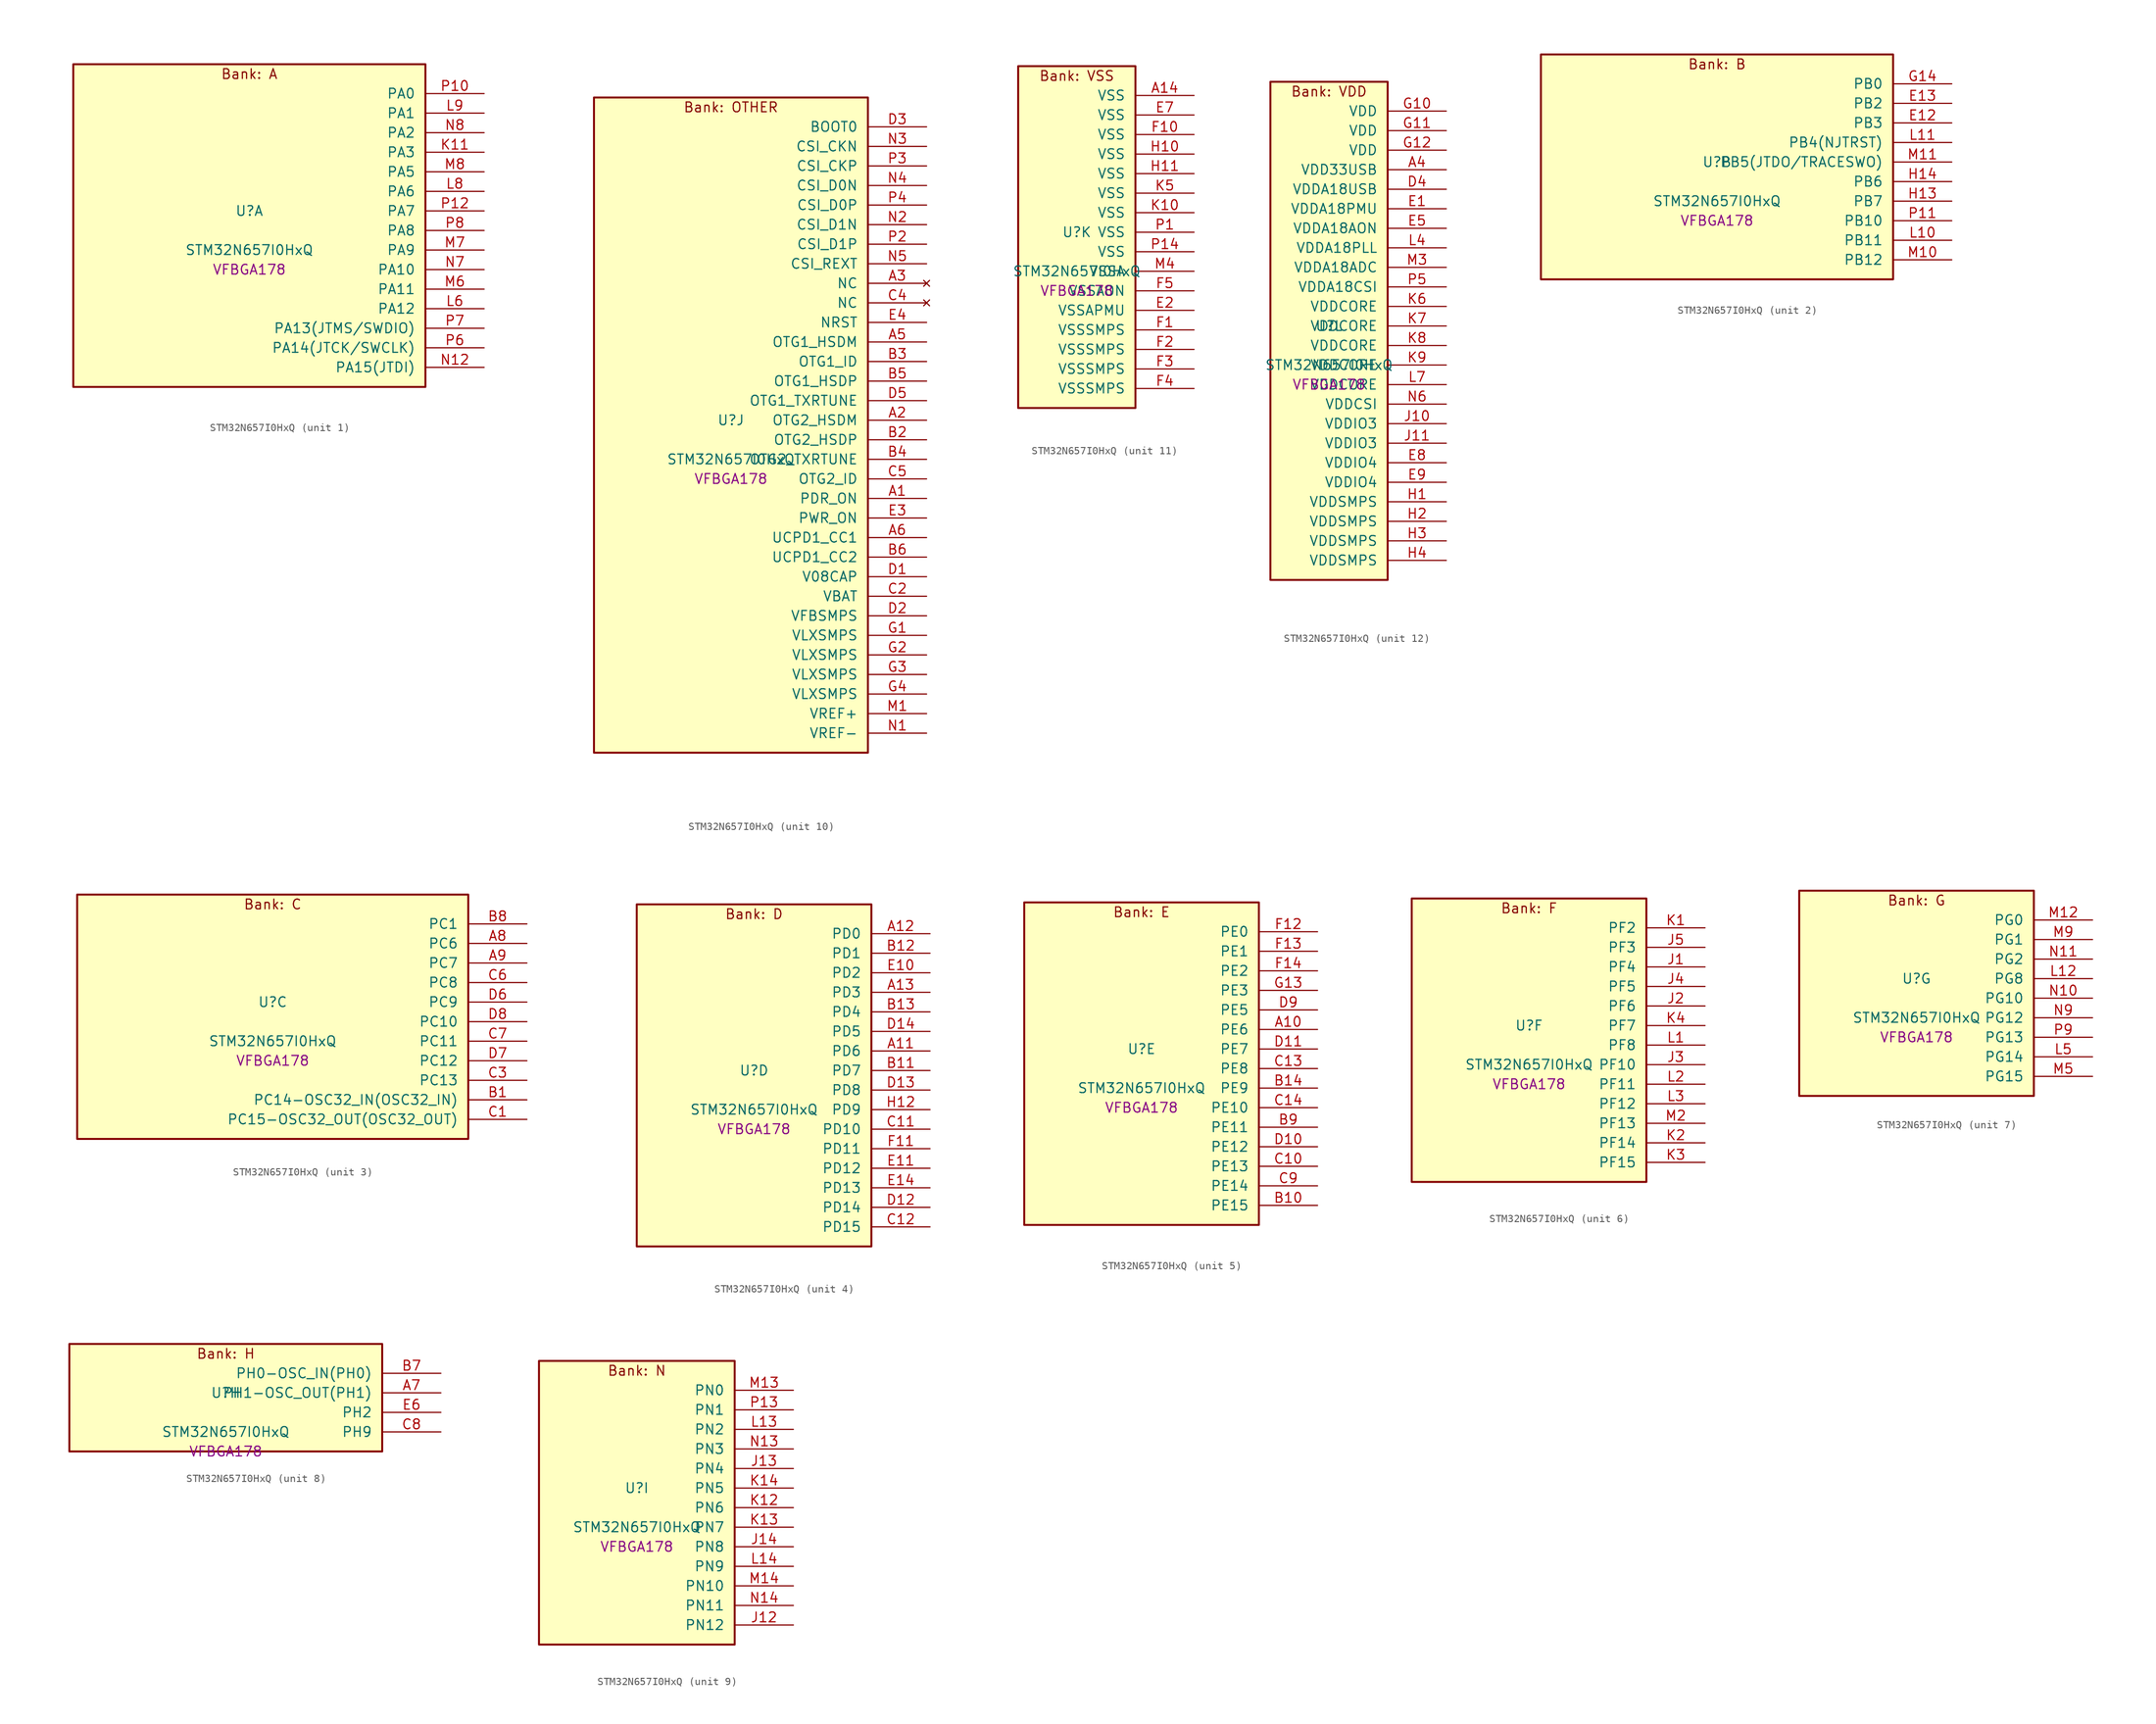
<source format=kicad_sym>
(kicad_symbol_lib
  (version 20241209)
  (generator "stm32_pkl_generator")
  (generator_version "1.0")
  (symbol "STM32N657I0HxQ"
    (pin_names
      (offset 1.27))
    (property "Reference" "U"
      (at 0 2.54 0))
    (property "Value" "STM32N657I0HxQ"
      (at 0 -2.54 0))
    (property "Footprint" "VFBGA178"
      (at 0 -5.08 0))
    (symbol "STM32N657I0HxQ_1_1"
      (rectangle (start -22.86 21.59) (end 22.86 -20.32) (stroke (width 0.254) (type solid)) (fill (type background)))
      (text "Bank: A" (at 0 20.32 0))
      (pin bidirectional line (at 30.48 17.78 180) (length 7.62) (name "PA0") (number "P10") (alternate "PA0/ADC1_INN1" bidirectional line) (alternate "PA0/ADC1_INP0" bidirectional line) (alternate "PA0/ADC2_INN1" bidirectional line) (alternate "PA0/ADC2_INP0" bidirectional line) (alternate "PA0/FMC_D7" bidirectional line) (alternate "PA0/FMC_DA7" bidirectional line) (alternate "PA0/HDP_HDP0" bidirectional line) (alternate "PA0/I2S6_WS" bidirectional line) (alternate "PA0/LTDC_G3" bidirectional line) (alternate "PA0/PWR_WKUP1" bidirectional line) (alternate "PA0/SAI2_SD_B" bidirectional line) (alternate "PA0/SPI6_NSS" bidirectional line) (alternate "PA0/TIM15_BKIN" bidirectional line) (alternate "PA0/TIM2_CH1" bidirectional line) (alternate "PA0/TIM5_CH1" bidirectional line) (alternate "PA0/TIM9_CH1" bidirectional line) (alternate "PA0/UART4_TX" bidirectional line) (alternate "PA0/USART2_CTS" bidirectional line) (alternate "PA0/USART2_NSS" bidirectional line))
      (pin bidirectional line (at 30.48 15.24 180) (length 7.62) (name "PA1") (number "L9") (alternate "PA1/ADC1_INP1" bidirectional line) (alternate "PA1/ADC2_INP1" bidirectional line) (alternate "PA1/DCMIPP_D0" bidirectional line) (alternate "PA1/DCMI_D0" bidirectional line) (alternate "PA1/FMC_D6" bidirectional line) (alternate "PA1/FMC_DA6" bidirectional line) (alternate "PA1/HDP_HDP1" bidirectional line) (alternate "PA1/LPTIM3_IN1" bidirectional line) (alternate "PA1/LTDC_G2" bidirectional line) (alternate "PA1/PSSI_D0" bidirectional line) (alternate "PA1/SAI2_MCLK_B" bidirectional line) (alternate "PA1/TIM15_CH1N" bidirectional line) (alternate "PA1/TIM2_CH2" bidirectional line) (alternate "PA1/TIM5_CH2" bidirectional line) (alternate "PA1/UART4_RX" bidirectional line) (alternate "PA1/USART2_RTS" bidirectional line))
      (pin bidirectional line (at 30.48 12.7 180) (length 7.62) (name "PA2") (number "N8") (alternate "PA2/ADC1_INP14" bidirectional line) (alternate "PA2/ADC2_INP14" bidirectional line) (alternate "PA2/FMC_D5" bidirectional line) (alternate "PA2/FMC_DA5" bidirectional line) (alternate "PA2/HDP_HDP2" bidirectional line) (alternate "PA2/LPTIM3_IN2" bidirectional line) (alternate "PA2/LTDC_B7" bidirectional line) (alternate "PA2/MDIOS_MDIO" bidirectional line) (alternate "PA2/PWR_WKUP2" bidirectional line) (alternate "PA2/SAI2_SCK_B" bidirectional line) (alternate "PA2/TIM15_CH1" bidirectional line) (alternate "PA2/TIM2_CH3" bidirectional line) (alternate "PA2/TIM5_CH3" bidirectional line) (alternate "PA2/USART2_TX" bidirectional line))
      (pin bidirectional line (at 30.48 10.16 180) (length 7.62) (name "PA3") (number "K11") (alternate "PA3/FMC_A17" bidirectional line) (alternate "PA3/FMC_ALE" bidirectional line) (alternate "PA3/SAI1_SD_B" bidirectional line) (alternate "PA3/SPI5_NSS" bidirectional line) (alternate "PA3/TIM16_CH1" bidirectional line) (alternate "PA3/UART7_RX" bidirectional line))
      (pin bidirectional line (at 30.48 7.62 180) (length 7.62) (name "PA5") (number "M8") (alternate "PA5/ADC2_INP18" bidirectional line) (alternate "PA5/DCMIPP_D8" bidirectional line) (alternate "PA5/DCMI_D8" bidirectional line) (alternate "PA5/FMC_NOE" bidirectional line) (alternate "PA5/HDP_HDP5" bidirectional line) (alternate "PA5/I2S1_CK" bidirectional line) (alternate "PA5/I2S6_CK" bidirectional line) (alternate "PA5/I3C1_SCL" bidirectional line) (alternate "PA5/LTDC_CLK" bidirectional line) (alternate "PA5/PSSI_D8" bidirectional line) (alternate "PA5/PWR_CSTOP" bidirectional line) (alternate "PA5/SPI1_SCK" bidirectional line) (alternate "PA5/SPI6_SCK" bidirectional line) (alternate "PA5/TIM10_CH1" bidirectional line) (alternate "PA5/TIM2_CH1" bidirectional line) (alternate "PA5/TIM2_ETR" bidirectional line) (alternate "PA5/TIM9_CH2" bidirectional line))
      (pin bidirectional line (at 30.48 5.08 180) (length 7.62) (name "PA6") (number "L8") (alternate "PA6/ADC1_INP3" bidirectional line) (alternate "PA6/ADC2_INP3" bidirectional line) (alternate "PA6/BOOT1" bidirectional line) (alternate "PA6/DCMIPP_PIXCLK" bidirectional line) (alternate "PA6/DCMI_PIXCLK" bidirectional line) (alternate "PA6/HDP_HDP6" bidirectional line) (alternate "PA6/I2S1_SDI" bidirectional line) (alternate "PA6/I2S6_SDI" bidirectional line) (alternate "PA6/I3C1_SDA" bidirectional line) (alternate "PA6/LPTIM3_ETR" bidirectional line) (alternate "PA6/LTDC_B7" bidirectional line) (alternate "PA6/LTDC_HSYNC" bidirectional line) (alternate "PA6/MDIOS_MDC" bidirectional line) (alternate "PA6/PSSI_PDCK" bidirectional line) (alternate "PA6/SPI1_MISO" bidirectional line) (alternate "PA6/SPI6_MISO" bidirectional line) (alternate "PA6/TIM13_CH1" bidirectional line) (alternate "PA6/TIM1_BKIN" bidirectional line) (alternate "PA6/TIM3_CH1" bidirectional line))
      (pin bidirectional line (at 30.48 2.54 180) (length 7.62) (name "PA7") (number "P12") (alternate "PA7/HDP_HDP7" bidirectional line) (alternate "PA7/I2S1_SDO" bidirectional line) (alternate "PA7/I2S6_SDO" bidirectional line) (alternate "PA7/LTDC_B1" bidirectional line) (alternate "PA7/LTDC_R4" bidirectional line) (alternate "PA7/SPI1_MOSI" bidirectional line) (alternate "PA7/SPI6_MOSI" bidirectional line) (alternate "PA7/TIM14_CH1" bidirectional line) (alternate "PA7/TIM1_CH1N" bidirectional line) (alternate "PA7/TIM3_CH2" bidirectional line) (alternate "PA7/USART1_RX" bidirectional line))
      (pin bidirectional line (at 30.48 0 180) (length 7.62) (name "PA8") (number "P8") (alternate "PA8/ADC1_INP5" bidirectional line) (alternate "PA8/ADC2_INP5" bidirectional line) (alternate "PA8/FMC_D4" bidirectional line) (alternate "PA8/FMC_DA4" bidirectional line) (alternate "PA8/HDP_HDP0" bidirectional line) (alternate "PA8/I2C3_SCL" bidirectional line) (alternate "PA8/I3C2_SCL" bidirectional line) (alternate "PA8/LTDC_B6" bidirectional line) (alternate "PA8/RCC_MCO_1" bidirectional line) (alternate "PA8/TIM11_CH1" bidirectional line) (alternate "PA8/TIM1_CH1" bidirectional line) (alternate "PA8/UART7_RX" bidirectional line) (alternate "PA8/USART1_CK" bidirectional line))
      (pin bidirectional line (at 30.48 -2.54 180) (length 7.62) (name "PA9") (number "M7") (alternate "PA9/ADC1_INP10" bidirectional line) (alternate "PA9/ADC2_INP10" bidirectional line) (alternate "PA9/DCMIPP_D0" bidirectional line) (alternate "PA9/DCMI_D0" bidirectional line) (alternate "PA9/FMC_D3" bidirectional line) (alternate "PA9/FMC_DA3" bidirectional line) (alternate "PA9/HDP_HDP1" bidirectional line) (alternate "PA9/I2C3_SDA" bidirectional line) (alternate "PA9/I2S2_CK" bidirectional line) (alternate "PA9/I3C2_SDA" bidirectional line) (alternate "PA9/LPUART1_TX" bidirectional line) (alternate "PA9/LTDC_B5" bidirectional line) (alternate "PA9/PSSI_D0" bidirectional line) (alternate "PA9/SPI2_SCK" bidirectional line) (alternate "PA9/TIM1_CH2" bidirectional line) (alternate "PA9/USART1_TX" bidirectional line))
      (pin bidirectional line (at 30.48 -5.08 180) (length 7.62) (name "PA10") (number "N7") (alternate "PA10/ADC1_INN10" bidirectional line) (alternate "PA10/ADC1_INP11" bidirectional line) (alternate "PA10/ADC2_INN10" bidirectional line) (alternate "PA10/ADC2_INP11" bidirectional line) (alternate "PA10/DCMIPP_D1" bidirectional line) (alternate "PA10/DCMI_D1" bidirectional line) (alternate "PA10/FMC_D2" bidirectional line) (alternate "PA10/FMC_DA2" bidirectional line) (alternate "PA10/HDP_HDP2" bidirectional line) (alternate "PA10/LPUART1_RX" bidirectional line) (alternate "PA10/LTDC_B4" bidirectional line) (alternate "PA10/MDIOS_MDIO" bidirectional line) (alternate "PA10/PSSI_D1" bidirectional line) (alternate "PA10/PWR_CSLEEP" bidirectional line) (alternate "PA10/TIM1_CH3" bidirectional line) (alternate "PA10/USART1_RX" bidirectional line))
      (pin bidirectional line (at 30.48 -7.62 180) (length 7.62) (name "PA11") (number "M6") (alternate "PA11/ADC1_EXTI11" bidirectional line) (alternate "PA11/ADC1_INN11" bidirectional line) (alternate "PA11/ADC1_INP12" bidirectional line) (alternate "PA11/ADC2_EXTI11" bidirectional line) (alternate "PA11/ADC2_INN11" bidirectional line) (alternate "PA11/ADC2_INP12" bidirectional line) (alternate "PA11/FDCAN1_RX" bidirectional line) (alternate "PA11/FMC_D1" bidirectional line) (alternate "PA11/FMC_DA1" bidirectional line) (alternate "PA11/HDP_HDP3" bidirectional line) (alternate "PA11/I2S2_WS" bidirectional line) (alternate "PA11/LPUART1_CTS" bidirectional line) (alternate "PA11/LTDC_B3" bidirectional line) (alternate "PA11/SPI2_NSS" bidirectional line) (alternate "PA11/TIM1_CH4" bidirectional line) (alternate "PA11/UART4_RX" bidirectional line) (alternate "PA11/USART1_CTS" bidirectional line) (alternate "PA11/USART1_NSS" bidirectional line))
      (pin bidirectional line (at 30.48 -10.16 180) (length 7.62) (name "PA12") (number "L6") (alternate "PA12/ADC1_INN12" bidirectional line) (alternate "PA12/ADC1_INP13" bidirectional line) (alternate "PA12/ADC2_INN12" bidirectional line) (alternate "PA12/ADC2_INP13" bidirectional line) (alternate "PA12/FDCAN1_TX" bidirectional line) (alternate "PA12/FMC_D0" bidirectional line) (alternate "PA12/FMC_DA0" bidirectional line) (alternate "PA12/HDP_HDP4" bidirectional line) (alternate "PA12/I2S2_CK" bidirectional line) (alternate "PA12/LPUART1_RTS" bidirectional line) (alternate "PA12/LTDC_B2" bidirectional line) (alternate "PA12/SAI2_FS_B" bidirectional line) (alternate "PA12/SPI2_SCK" bidirectional line) (alternate "PA12/TIM1_ETR" bidirectional line) (alternate "PA12/UART4_TX" bidirectional line) (alternate "PA12/USART1_RTS" bidirectional line))
      (pin bidirectional line (at 30.48 -12.7 180) (length 7.62) (name "PA13(JTMS/SWDIO)") (number "P7") (alternate "PA13(JTMS/SWDIO)/DEBUG_JTMS-SWDIO" bidirectional line) (alternate "PA13(JTMS/SWDIO)/HDP_HDP5" bidirectional line))
      (pin bidirectional line (at 30.48 -15.24 180) (length 7.62) (name "PA14(JTCK/SWCLK)") (number "P6") (alternate "PA14(JTCK/SWCLK)/DEBUG_JTCK-SWCLK" bidirectional line) (alternate "PA14(JTCK/SWCLK)/HDP_HDP6" bidirectional line))
      (pin bidirectional line (at 30.48 -17.78 180) (length 7.62) (name "PA15(JTDI)") (number "N12") (alternate "PA15(JTDI)/ADC1_EXTI15" bidirectional line) (alternate "PA15(JTDI)/ADC2_EXTI15" bidirectional line) (alternate "PA15(JTDI)/DEBUG_JTDI" bidirectional line) (alternate "PA15(JTDI)/FMC_D15" bidirectional line) (alternate "PA15(JTDI)/FMC_DA15" bidirectional line) (alternate "PA15(JTDI)/HDP_HDP7" bidirectional line) (alternate "PA15(JTDI)/I2S1_WS" bidirectional line) (alternate "PA15(JTDI)/I2S3_WS" bidirectional line) (alternate "PA15(JTDI)/I2S6_WS" bidirectional line) (alternate "PA15(JTDI)/LTDC_R5" bidirectional line) (alternate "PA15(JTDI)/SPI1_NSS" bidirectional line) (alternate "PA15(JTDI)/SPI3_NSS" bidirectional line) (alternate "PA15(JTDI)/SPI6_NSS" bidirectional line) (alternate "PA15(JTDI)/TIM2_CH1" bidirectional line) (alternate "PA15(JTDI)/TIM2_ETR" bidirectional line) (alternate "PA15(JTDI)/UART4_DE" bidirectional line) (alternate "PA15(JTDI)/UART4_RTS" bidirectional line) (alternate "PA15(JTDI)/UART7_TX" bidirectional line)))
    (symbol "STM32N657I0HxQ_2_1"
      (rectangle (start -22.86 16.51) (end 22.86 -12.7) (stroke (width 0.254) (type solid)) (fill (type background)))
      (text "Bank: B" (at 0 15.24 0))
      (pin bidirectional line (at 30.48 12.7 180) (length 7.62) (name "PB0") (number "G14") (alternate "PB0/ADF1_SDI0" bidirectional line) (alternate "PB0/DCMIPP_D4" bidirectional line) (alternate "PB0/DCMI_D4" bidirectional line) (alternate "PB0/DEBUG_TRACED1" bidirectional line) (alternate "PB0/FMC_D13" bidirectional line) (alternate "PB0/FMC_DA13" bidirectional line) (alternate "PB0/MDF1_SDI2" bidirectional line) (alternate "PB0/PSSI_D4" bidirectional line) (alternate "PB0/SAI1_D2" bidirectional line) (alternate "PB0/SAI1_FS_A" bidirectional line) (alternate "PB0/SPI4_NSS" bidirectional line) (alternate "PB0/TIM15_CH1N" bidirectional line) (alternate "PB0/TIM1_CH4" bidirectional line))
      (pin bidirectional line (at 30.48 10.16 180) (length 7.62) (name "PB2") (number "E13") (alternate "PB2/ADF1_SDI0" bidirectional line) (alternate "PB2/FMC_D2" bidirectional line) (alternate "PB2/FMC_DA2" bidirectional line) (alternate "PB2/HDP_HDP2" bidirectional line) (alternate "PB2/I2S3_SDO" bidirectional line) (alternate "PB2/LTDC_B2" bidirectional line) (alternate "PB2/MDF1_SDI1" bidirectional line) (alternate "PB2/RTC_OUT2" bidirectional line) (alternate "PB2/SAI1_D1" bidirectional line) (alternate "PB2/SAI1_SD_A" bidirectional line) (alternate "PB2/SPI3_MOSI" bidirectional line) (alternate "PB2/TIM1_CH1" bidirectional line))
      (pin bidirectional line (at 30.48 7.62 180) (length 7.62) (name "PB3") (number "E12") (alternate "PB3/DEBUG_JTDO-SWO" bidirectional line) (alternate "PB3/DEBUG_TRACECLK" bidirectional line) (alternate "PB3/FMC_A23" bidirectional line) (alternate "PB3/FMC_NBL1" bidirectional line) (alternate "PB3/GFXTIM_FCKCAL" bidirectional line) (alternate "PB3/GFXTIM_LCKCAL" bidirectional line) (alternate "PB3/HDP_HDP0" bidirectional line) (alternate "PB3/MDF1_CKI1" bidirectional line) (alternate "PB3/SAI2_FS_B" bidirectional line) (alternate "PB3/TIM1_CH4N" bidirectional line) (alternate "PB3/USART1_CK" bidirectional line))
      (pin bidirectional line (at 30.48 5.08 180) (length 7.62) (name "PB4(NJTRST)") (number "L11") (alternate "PB4(NJTRST)/DCMIPP_VSYNC" bidirectional line) (alternate "PB4(NJTRST)/DCMI_VSYNC" bidirectional line) (alternate "PB4(NJTRST)/DEBUG_NJTRST" bidirectional line) (alternate "PB4(NJTRST)/FMC_D13" bidirectional line) (alternate "PB4(NJTRST)/FMC_DA13" bidirectional line) (alternate "PB4(NJTRST)/HDP_HDP4" bidirectional line) (alternate "PB4(NJTRST)/I2S1_SDI" bidirectional line) (alternate "PB4(NJTRST)/I2S2_WS" bidirectional line) (alternate "PB4(NJTRST)/I2S3_SDI" bidirectional line) (alternate "PB4(NJTRST)/I2S6_SDI" bidirectional line) (alternate "PB4(NJTRST)/LTDC_R3" bidirectional line) (alternate "PB4(NJTRST)/PSSI_RDY" bidirectional line) (alternate "PB4(NJTRST)/SPI1_MISO" bidirectional line) (alternate "PB4(NJTRST)/SPI2_NSS" bidirectional line) (alternate "PB4(NJTRST)/SPI3_MISO" bidirectional line) (alternate "PB4(NJTRST)/SPI6_MISO" bidirectional line) (alternate "PB4(NJTRST)/TIM16_BKIN" bidirectional line) (alternate "PB4(NJTRST)/TIM3_CH1" bidirectional line) (alternate "PB4(NJTRST)/UART7_TX" bidirectional line))
      (pin bidirectional line (at 30.48 2.54 180) (length 7.62) (name "PB5(JTDO/TRACESWO)") (number "M11") (alternate "PB5(JTDO/TRACESWO)/DCMIPP_D10" bidirectional line) (alternate "PB5(JTDO/TRACESWO)/DCMI_D10" bidirectional line) (alternate "PB5(JTDO/TRACESWO)/DEBUG_JTDO-SWO" bidirectional line) (alternate "PB5(JTDO/TRACESWO)/FDCAN2_RX" bidirectional line) (alternate "PB5(JTDO/TRACESWO)/FMC_D12" bidirectional line) (alternate "PB5(JTDO/TRACESWO)/FMC_DA12" bidirectional line) (alternate "PB5(JTDO/TRACESWO)/HDP_HDP5" bidirectional line) (alternate "PB5(JTDO/TRACESWO)/I2C1_SMBA" bidirectional line) (alternate "PB5(JTDO/TRACESWO)/I2S1_SDO" bidirectional line) (alternate "PB5(JTDO/TRACESWO)/I2S3_SDO" bidirectional line) (alternate "PB5(JTDO/TRACESWO)/I2S6_SDO" bidirectional line) (alternate "PB5(JTDO/TRACESWO)/LTDC_R2" bidirectional line) (alternate "PB5(JTDO/TRACESWO)/PSSI_D10" bidirectional line) (alternate "PB5(JTDO/TRACESWO)/SPI1_MOSI" bidirectional line) (alternate "PB5(JTDO/TRACESWO)/SPI3_MOSI" bidirectional line) (alternate "PB5(JTDO/TRACESWO)/SPI6_MOSI" bidirectional line) (alternate "PB5(JTDO/TRACESWO)/TIM17_BKIN" bidirectional line) (alternate "PB5(JTDO/TRACESWO)/TIM3_CH2" bidirectional line) (alternate "PB5(JTDO/TRACESWO)/UART5_RX" bidirectional line))
      (pin bidirectional line (at 30.48 0 180) (length 7.62) (name "PB6") (number "H14") (alternate "PB6/ADF1_CCK1" bidirectional line) (alternate "PB6/DCMIPP_D6" bidirectional line) (alternate "PB6/DCMI_D6" bidirectional line) (alternate "PB6/DEBUG_TRACED2" bidirectional line) (alternate "PB6/FMC_D14" bidirectional line) (alternate "PB6/FMC_DA14" bidirectional line) (alternate "PB6/MDF1_CCK1" bidirectional line) (alternate "PB6/PSSI_D6" bidirectional line) (alternate "PB6/SAI1_CK2" bidirectional line) (alternate "PB6/SAI1_SCK_A" bidirectional line) (alternate "PB6/SPI4_MISO" bidirectional line) (alternate "PB6/TIM15_CH1" bidirectional line))
      (pin bidirectional line (at 30.48 -2.54 180) (length 7.62) (name "PB7") (number "H13") (alternate "PB7/ADF1_SDI0" bidirectional line) (alternate "PB7/DCMIPP_D7" bidirectional line) (alternate "PB7/DCMI_D7" bidirectional line) (alternate "PB7/DEBUG_TRACED3" bidirectional line) (alternate "PB7/FMC_D15" bidirectional line) (alternate "PB7/FMC_DA15" bidirectional line) (alternate "PB7/MDF1_SDI1" bidirectional line) (alternate "PB7/PSSI_D7" bidirectional line) (alternate "PB7/SAI1_D1" bidirectional line) (alternate "PB7/SAI1_SD_A" bidirectional line) (alternate "PB7/SAI2_MCLK_B" bidirectional line) (alternate "PB7/SPI4_MOSI" bidirectional line) (alternate "PB7/TIM15_CH2" bidirectional line) (alternate "PB7/TIM1_BKIN2" bidirectional line))
      (pin bidirectional line (at 30.48 -5.08 180) (length 7.62) (name "PB10") (number "P11") (alternate "PB10/ADC1_INN4" bidirectional line) (alternate "PB10/ADC1_INP8" bidirectional line) (alternate "PB10/ADC2_INN4" bidirectional line) (alternate "PB10/ADC2_INP8" bidirectional line) (alternate "PB10/FMC_D11" bidirectional line) (alternate "PB10/FMC_DA11" bidirectional line) (alternate "PB10/HDP_HDP2" bidirectional line) (alternate "PB10/I2C2_SCL" bidirectional line) (alternate "PB10/I2S2_CK" bidirectional line) (alternate "PB10/I3C2_SCL" bidirectional line) (alternate "PB10/LPTIM2_IN1" bidirectional line) (alternate "PB10/LTDC_G7" bidirectional line) (alternate "PB10/SPI2_SCK" bidirectional line) (alternate "PB10/TIM2_CH3" bidirectional line) (alternate "PB10/USART3_TX" bidirectional line))
      (pin bidirectional line (at 30.48 -7.62 180) (length 7.62) (name "PB11") (number "L10") (alternate "PB11/ADC1_EXTI11" bidirectional line) (alternate "PB11/ADC1_INP4" bidirectional line) (alternate "PB11/ADC2_EXTI11" bidirectional line) (alternate "PB11/ADC2_INP4" bidirectional line) (alternate "PB11/FMC_D10" bidirectional line) (alternate "PB11/FMC_DA10" bidirectional line) (alternate "PB11/HDP_HDP3" bidirectional line) (alternate "PB11/I2C2_SDA" bidirectional line) (alternate "PB11/I3C2_SDA" bidirectional line) (alternate "PB11/LPTIM2_ETR" bidirectional line) (alternate "PB11/LTDC_G6" bidirectional line) (alternate "PB11/TIM2_CH4" bidirectional line) (alternate "PB11/USART3_RX" bidirectional line))
      (pin bidirectional line (at 30.48 -10.16 180) (length 7.62) (name "PB12") (number "M10") (alternate "PB12/FDCAN2_RX" bidirectional line) (alternate "PB12/FMC_D9" bidirectional line) (alternate "PB12/FMC_DA9" bidirectional line) (alternate "PB12/HDP_HDP4" bidirectional line) (alternate "PB12/I2C2_SMBA" bidirectional line) (alternate "PB12/I2S2_WS" bidirectional line) (alternate "PB12/LPTIM2_IN2" bidirectional line) (alternate "PB12/LTDC_G5" bidirectional line) (alternate "PB12/SPI2_NSS" bidirectional line) (alternate "PB12/TIM1_BKIN" bidirectional line) (alternate "PB12/UART5_RX" bidirectional line) (alternate "PB12/USART3_CK" bidirectional line)))
    (symbol "STM32N657I0HxQ_3_1"
      (rectangle (start -25.4 16.51) (end 25.4 -15.24) (stroke (width 0.254) (type solid)) (fill (type background)))
      (text "Bank: C" (at 0 15.24 0))
      (pin bidirectional line (at 33.02 12.7 180) (length 7.62) (name "PC1") (number "B8") (alternate "PC1/DCMIPP_D7" bidirectional line) (alternate "PC1/DCMI_D7" bidirectional line) (alternate "PC1/FDCAN1_TX" bidirectional line) (alternate "PC1/HDP_HDP1" bidirectional line) (alternate "PC1/I2C1_SDA" bidirectional line) (alternate "PC1/I2S2_WS" bidirectional line) (alternate "PC1/I3C1_SDA" bidirectional line) (alternate "PC1/PSSI_D7" bidirectional line) (alternate "PC1/SDMMC1_CDIR" bidirectional line) (alternate "PC1/SDMMC1_D5" bidirectional line) (alternate "PC1/SPI2_NSS" bidirectional line) (alternate "PC1/TIM17_CH1" bidirectional line) (alternate "PC1/TIM4_CH4" bidirectional line) (alternate "PC1/UART4_TX" bidirectional line))
      (pin bidirectional line (at 33.02 10.16 180) (length 7.62) (name "PC6") (number "A8") (alternate "PC6/DCMIPP_D1" bidirectional line) (alternate "PC6/DCMI_D1" bidirectional line) (alternate "PC6/HDP_HDP6" bidirectional line) (alternate "PC6/I2S2_MCK" bidirectional line) (alternate "PC6/PSSI_D1" bidirectional line) (alternate "PC6/SDMMC1_D0DIR" bidirectional line) (alternate "PC6/SDMMC1_D6" bidirectional line) (alternate "PC6/TIM1_CH1" bidirectional line) (alternate "PC6/TIM3_CH1" bidirectional line) (alternate "PC6/TIM9_CH1" bidirectional line) (alternate "PC6/USART6_TX" bidirectional line))
      (pin bidirectional line (at 33.02 7.62 180) (length 7.62) (name "PC7") (number "A9") (alternate "PC7/DCMIPP_D1" bidirectional line) (alternate "PC7/DCMI_D1" bidirectional line) (alternate "PC7/DEBUG_TRGIO" bidirectional line) (alternate "PC7/HDP_HDP7" bidirectional line) (alternate "PC7/I2S3_MCK" bidirectional line) (alternate "PC7/PSSI_D1" bidirectional line) (alternate "PC7/SDMMC1_D123DIR" bidirectional line) (alternate "PC7/SDMMC1_D7" bidirectional line) (alternate "PC7/TIM16_CH1N" bidirectional line) (alternate "PC7/TIM3_CH2" bidirectional line) (alternate "PC7/TIM9_CH2" bidirectional line) (alternate "PC7/USART6_RX" bidirectional line))
      (pin bidirectional line (at 33.02 5.08 180) (length 7.62) (name "PC8") (number "C6") (alternate "PC8/DCMIPP_D2" bidirectional line) (alternate "PC8/DCMI_D2" bidirectional line) (alternate "PC8/DEBUG_TRACED1" bidirectional line) (alternate "PC8/FMC_NE4" bidirectional line) (alternate "PC8/HDP_HDP0" bidirectional line) (alternate "PC8/I2C3_SMBA" bidirectional line) (alternate "PC8/LTDC_B0" bidirectional line) (alternate "PC8/PSSI_D2" bidirectional line) (alternate "PC8/SDMMC1_D0" bidirectional line) (alternate "PC8/TIM3_CH3" bidirectional line) (alternate "PC8/UART5_DE" bidirectional line) (alternate "PC8/UART5_RTS" bidirectional line) (alternate "PC8/UCPD1_FRSTX1" bidirectional line) (alternate "PC8/USART6_CK" bidirectional line))
      (pin bidirectional line (at 33.02 2.54 180) (length 7.62) (name "PC9") (number "D6") (alternate "PC9/AUDIOCLK" bidirectional line) (alternate "PC9/DCMIPP_D3" bidirectional line) (alternate "PC9/DCMI_D3" bidirectional line) (alternate "PC9/HDP_HDP1" bidirectional line) (alternate "PC9/I2C3_SDA" bidirectional line) (alternate "PC9/LTDC_B3" bidirectional line) (alternate "PC9/PSSI_D3" bidirectional line) (alternate "PC9/RCC_MCO_2" bidirectional line) (alternate "PC9/SDMMC1_D1" bidirectional line) (alternate "PC9/TIM3_CH4" bidirectional line) (alternate "PC9/UART5_CTS" bidirectional line) (alternate "PC9/UCPD1_FRSTX2" bidirectional line) (alternate "PC9/USART6_RX" bidirectional line))
      (pin bidirectional line (at 33.02 0 180) (length 7.62) (name "PC10") (number "D8") (alternate "PC10/DCMIPP_D14" bidirectional line) (alternate "PC10/FMC_CLK" bidirectional line) (alternate "PC10/HDP_HDP2" bidirectional line) (alternate "PC10/I2C4_SCL" bidirectional line) (alternate "PC10/I2S3_CK" bidirectional line) (alternate "PC10/I3C2_SCL" bidirectional line) (alternate "PC10/PSSI_D14" bidirectional line) (alternate "PC10/SDMMC1_D2" bidirectional line) (alternate "PC10/SPI3_SCK" bidirectional line) (alternate "PC10/TIM1_BKIN" bidirectional line) (alternate "PC10/UART4_TX" bidirectional line) (alternate "PC10/USART3_TX" bidirectional line))
      (pin bidirectional line (at 33.02 -2.54 180) (length 7.62) (name "PC11") (number "C7") (alternate "PC11/ADC1_EXTI11" bidirectional line) (alternate "PC11/ADC2_EXTI11" bidirectional line) (alternate "PC11/DCMIPP_D4" bidirectional line) (alternate "PC11/DCMI_D4" bidirectional line) (alternate "PC11/HDP_HDP3" bidirectional line) (alternate "PC11/I2C4_SDA" bidirectional line) (alternate "PC11/I2S3_SDI" bidirectional line) (alternate "PC11/I3C2_SDA" bidirectional line) (alternate "PC11/PSSI_D4" bidirectional line) (alternate "PC11/SDMMC1_D3" bidirectional line) (alternate "PC11/SPI3_MISO" bidirectional line) (alternate "PC11/UART4_RX" bidirectional line) (alternate "PC11/USART3_RX" bidirectional line))
      (pin bidirectional line (at 33.02 -5.08 180) (length 7.62) (name "PC12") (number "D7") (alternate "PC12/DCMIPP_D9" bidirectional line) (alternate "PC12/DCMI_D9" bidirectional line) (alternate "PC12/DEBUG_TRACED3" bidirectional line) (alternate "PC12/FMC_NL" bidirectional line) (alternate "PC12/HDP_HDP4" bidirectional line) (alternate "PC12/I2S3_SDO" bidirectional line) (alternate "PC12/I2S6_CK" bidirectional line) (alternate "PC12/PSSI_D9" bidirectional line) (alternate "PC12/SDMMC1_CK" bidirectional line) (alternate "PC12/SPI3_MOSI" bidirectional line) (alternate "PC12/SPI6_SCK" bidirectional line) (alternate "PC12/TIM15_CH1" bidirectional line) (alternate "PC12/TIM1_CH4" bidirectional line) (alternate "PC12/UART5_TX" bidirectional line) (alternate "PC12/USART3_CK" bidirectional line))
      (pin bidirectional line (at 33.02 -7.62 180) (length 7.62) (name "PC13") (number "C3") (alternate "PC13/HDP_HDP5" bidirectional line) (alternate "PC13/PWR_WKUP3" bidirectional line) (alternate "PC13/RTC_OUT1" bidirectional line) (alternate "PC13/RTC_TS" bidirectional line) (alternate "PC13/TAMP_IN1" bidirectional line) (alternate "PC13/TAMP_OUT2" bidirectional line))
      (pin bidirectional line (at 33.02 -10.16 180) (length 7.62) (name "PC14-OSC32_IN(OSC32_IN)") (number "B1") (alternate "PC14-OSC32_IN(OSC32_IN)/RCC_OSC32_IN" bidirectional line))
      (pin bidirectional line (at 33.02 -12.7 180) (length 7.62) (name "PC15-OSC32_OUT(OSC32_OUT)") (number "C1") (alternate "PC15-OSC32_OUT(OSC32_OUT)/ADC1_EXTI15" bidirectional line) (alternate "PC15-OSC32_OUT(OSC32_OUT)/ADC2_EXTI15" bidirectional line) (alternate "PC15-OSC32_OUT(OSC32_OUT)/RCC_OSC32_OUT" bidirectional line)))
    (symbol "STM32N657I0HxQ_4_1"
      (rectangle (start -15.24 24.13) (end 15.24 -20.32) (stroke (width 0.254) (type solid)) (fill (type background)))
      (text "Bank: D" (at 0 22.86 0))
      (pin bidirectional line (at 22.86 20.32 180) (length 7.62) (name "PD0") (number "A12") (alternate "PD0/DCMIPP_HSYNC" bidirectional line) (alternate "PD0/DCMI_HSYNC" bidirectional line) (alternate "PD0/FDCAN1_RX" bidirectional line) (alternate "PD0/FMC_A6" bidirectional line) (alternate "PD0/FMC_A22" bidirectional line) (alternate "PD0/PSSI_DE" bidirectional line) (alternate "PD0/TIM1_ETR" bidirectional line) (alternate "PD0/UART4_RX" bidirectional line) (alternate "PD0/UART9_CTS" bidirectional line))
      (pin bidirectional line (at 22.86 17.78 180) (length 7.62) (name "PD1") (number "B12") (alternate "PD1/ETH1_MDC" bidirectional line) (alternate "PD1/FDCAN1_TX" bidirectional line) (alternate "PD1/FMC_A7" bidirectional line) (alternate "PD1/FMC_A23" bidirectional line) (alternate "PD1/UART4_TX" bidirectional line))
      (pin bidirectional line (at 22.86 15.24 180) (length 7.62) (name "PD2") (number "E10") (alternate "PD2/ADF1_SDI0" bidirectional line) (alternate "PD2/DEBUG_TRACED0" bidirectional line) (alternate "PD2/FMC_A0" bidirectional line) (alternate "PD2/FMC_A16" bidirectional line) (alternate "PD2/FMC_CLE" bidirectional line) (alternate "PD2/HDP_HDP1" bidirectional line) (alternate "PD2/I2S2_SDO" bidirectional line) (alternate "PD2/MDF1_SDI1" bidirectional line) (alternate "PD2/MDIOS_MDC" bidirectional line) (alternate "PD2/PWR_WKUP4" bidirectional line) (alternate "PD2/SAI1_D1" bidirectional line) (alternate "PD2/SAI1_SD_A" bidirectional line) (alternate "PD2/SPI2_MOSI" bidirectional line) (alternate "PD2/TIM15_CH1N" bidirectional line) (alternate "PD2/TIM1_CH3" bidirectional line))
      (pin bidirectional line (at 22.86 12.7 180) (length 7.62) (name "PD3") (number "A13") (alternate "PD3/DCMIPP_D14" bidirectional line) (alternate "PD3/ETH1_PHY_INTN" bidirectional line) (alternate "PD3/FMC_A10" bidirectional line) (alternate "PD3/I2C2_SMBA" bidirectional line) (alternate "PD3/PSSI_D14" bidirectional line) (alternate "PD3/USART6_CTS" bidirectional line))
      (pin bidirectional line (at 22.86 10.16 180) (length 7.62) (name "PD4") (number "B13") (alternate "PD4/DCMIPP_D9" bidirectional line) (alternate "PD4/DCMI_D9" bidirectional line) (alternate "PD4/FMC_A11" bidirectional line) (alternate "PD4/I2C2_SDA" bidirectional line) (alternate "PD4/PSSI_D9" bidirectional line) (alternate "PD4/SPI5_MISO" bidirectional line) (alternate "PD4/TAMP_IN7" bidirectional line) (alternate "PD4/TAMP_OUT8" bidirectional line) (alternate "PD4/TIM1_BKIN2" bidirectional line) (alternate "PD4/USART6_RTS" bidirectional line))
      (pin bidirectional line (at 22.86 7.62 180) (length 7.62) (name "PD5") (number "D14") (alternate "PD5/DCMIPP_PIXCLK" bidirectional line) (alternate "PD5/DCMI_PIXCLK" bidirectional line) (alternate "PD5/FMC_D6" bidirectional line) (alternate "PD5/FMC_DA6" bidirectional line) (alternate "PD5/PSSI_PDCK" bidirectional line) (alternate "PD5/TIM1_CH4N" bidirectional line) (alternate "PD5/USART2_TX" bidirectional line))
      (pin bidirectional line (at 22.86 5.08 180) (length 7.62) (name "PD6") (number "A11") (alternate "PD6/FMC_A1" bidirectional line) (alternate "PD6/FMC_A17" bidirectional line) (alternate "PD6/FMC_ALE" bidirectional line) (alternate "PD6/HDP_HDP2" bidirectional line) (alternate "PD6/I2S2_SDI" bidirectional line) (alternate "PD6/SPI2_MISO" bidirectional line) (alternate "PD6/TIM15_CH2" bidirectional line) (alternate "PD6/TIM1_CH1" bidirectional line))
      (pin bidirectional line (at 22.86 2.54 180) (length 7.62) (name "PD7") (number "B11") (alternate "PD7/DCMIPP_D0" bidirectional line) (alternate "PD7/DCMI_D0" bidirectional line) (alternate "PD7/FMC_A2" bidirectional line) (alternate "PD7/FMC_A18" bidirectional line) (alternate "PD7/HDP_HDP3" bidirectional line) (alternate "PD7/I2S2_SDO" bidirectional line) (alternate "PD7/I2S3_WS" bidirectional line) (alternate "PD7/PSSI_D0" bidirectional line) (alternate "PD7/SPI2_MOSI" bidirectional line) (alternate "PD7/SPI3_NSS" bidirectional line) (alternate "PD7/TIM15_CH1N" bidirectional line) (alternate "PD7/TIM1_CH2" bidirectional line))
      (pin bidirectional line (at 22.86 0 180) (length 7.62) (name "PD8") (number "D13") (alternate "PD8/DCMIPP_D11" bidirectional line) (alternate "PD8/DCMI_D11" bidirectional line) (alternate "PD8/FMC_NBL0" bidirectional line) (alternate "PD8/LTDC_R7" bidirectional line) (alternate "PD8/PSSI_D11" bidirectional line) (alternate "PD8/TAMP_IN3" bidirectional line) (alternate "PD8/TAMP_OUT4" bidirectional line) (alternate "PD8/USART3_TX" bidirectional line))
      (pin bidirectional line (at 22.86 -2.54 180) (length 7.62) (name "PD9") (number "H12") (alternate "PD9/DCMIPP_D11" bidirectional line) (alternate "PD9/DCMI_D11" bidirectional line) (alternate "PD9/FMC_SDCLK" bidirectional line) (alternate "PD9/LTDC_R1" bidirectional line) (alternate "PD9/PSSI_D11" bidirectional line) (alternate "PD9/TAMP_IN5" bidirectional line) (alternate "PD9/TAMP_OUT6" bidirectional line) (alternate "PD9/USART3_RX" bidirectional line))
      (pin bidirectional line (at 22.86 -5.08 180) (length 7.62) (name "PD10") (number "C11") (alternate "PD10/DEBUG_TRACECLK" bidirectional line) (alternate "PD10/FMC_A3" bidirectional line) (alternate "PD10/FMC_A19" bidirectional line) (alternate "PD10/GFXTIM_TE" bidirectional line) (alternate "PD10/HDP_HDP4" bidirectional line) (alternate "PD10/I2S1_MCK" bidirectional line) (alternate "PD10/MDF1_CKI3" bidirectional line) (alternate "PD10/SAI2_FS_B" bidirectional line) (alternate "PD10/TIM1_ETR" bidirectional line) (alternate "PD10/UCPD1_FRSTX1" bidirectional line))
      (pin bidirectional line (at 22.86 -7.62 180) (length 7.62) (name "PD11") (number "F11") (alternate "PD11/ADC1_EXTI11" bidirectional line) (alternate "PD11/ADC2_EXTI11" bidirectional line) (alternate "PD11/DCMIPP_D15" bidirectional line) (alternate "PD11/FMC_D8" bidirectional line) (alternate "PD11/FMC_DA8" bidirectional line) (alternate "PD11/I2C4_SDA" bidirectional line) (alternate "PD11/I2S2_SDI" bidirectional line) (alternate "PD11/PSSI_D15" bidirectional line) (alternate "PD11/SDMMC1_D0" bidirectional line) (alternate "PD11/SPI2_MISO" bidirectional line) (alternate "PD11/UCPD1_FRSTX1" bidirectional line))
      (pin bidirectional line (at 22.86 -10.16 180) (length 7.62) (name "PD12") (number "E11") (alternate "PD12/DCMIPP_D12" bidirectional line) (alternate "PD12/DCMI_D12" bidirectional line) (alternate "PD12/ETH1_MDIO" bidirectional line) (alternate "PD12/FMC_A5" bidirectional line) (alternate "PD12/FMC_A21" bidirectional line) (alternate "PD12/HDP_HDP5" bidirectional line) (alternate "PD12/MDF1_SDI3" bidirectional line) (alternate "PD12/PSSI_D12" bidirectional line) (alternate "PD12/SAI1_D3" bidirectional line) (alternate "PD12/UCPD1_FRSTX2" bidirectional line))
      (pin bidirectional line (at 22.86 -12.7 180) (length 7.62) (name "PD13") (number "E14") (alternate "PD13/DCMIPP_D13" bidirectional line) (alternate "PD13/DCMI_D13" bidirectional line) (alternate "PD13/FMC_D4" bidirectional line) (alternate "PD13/FMC_DA4" bidirectional line) (alternate "PD13/LTDC_R6" bidirectional line) (alternate "PD13/PSSI_D13" bidirectional line) (alternate "PD13/SAI2_SCK_A" bidirectional line) (alternate "PD13/TIM4_CH2" bidirectional line) (alternate "PD13/UART9_RTS" bidirectional line) (alternate "PD13/UCPD1_FRSTX2" bidirectional line))
      (pin bidirectional line (at 22.86 -15.24 180) (length 7.62) (name "PD14") (number "D12") (alternate "PD14/FMC_A9" bidirectional line) (alternate "PD14/I2C2_SCL" bidirectional line))
      (pin bidirectional line (at 22.86 -17.78 180) (length 7.62) (name "PD15") (number "C12") (alternate "PD15/ADC1_EXTI15" bidirectional line) (alternate "PD15/ADC2_EXTI15" bidirectional line) (alternate "PD15/FMC_A8" bidirectional line) (alternate "PD15/I2C2_SDA" bidirectional line) (alternate "PD15/LTDC_R2" bidirectional line)))
    (symbol "STM32N657I0HxQ_5_1"
      (rectangle (start -15.24 21.59) (end 15.24 -20.32) (stroke (width 0.254) (type solid)) (fill (type background)))
      (text "Bank: E" (at 0 20.32 0))
      (pin bidirectional line (at 22.86 17.78 180) (length 7.62) (name "PE0") (number "F12") (alternate "PE0/DCMIPP_D2" bidirectional line) (alternate "PE0/DCMI_D2" bidirectional line) (alternate "PE0/FMC_D9" bidirectional line) (alternate "PE0/FMC_DA9" bidirectional line) (alternate "PE0/LPTIM2_ETR" bidirectional line) (alternate "PE0/PSSI_D2" bidirectional line) (alternate "PE0/SAI2_MCLK_A" bidirectional line) (alternate "PE0/TAMP_IN6" bidirectional line) (alternate "PE0/TAMP_OUT5" bidirectional line) (alternate "PE0/TIM4_ETR" bidirectional line) (alternate "PE0/USART3_RX" bidirectional line))
      (pin bidirectional line (at 22.86 15.24 180) (length 7.62) (name "PE1") (number "F13") (alternate "PE1/DCMIPP_D8" bidirectional line) (alternate "PE1/DCMI_D8" bidirectional line) (alternate "PE1/FMC_D10" bidirectional line) (alternate "PE1/FMC_DA10" bidirectional line) (alternate "PE1/LPTIM2_CH2" bidirectional line) (alternate "PE1/PSSI_D8" bidirectional line) (alternate "PE1/USART3_TX" bidirectional line))
      (pin bidirectional line (at 22.86 12.7 180) (length 7.62) (name "PE2") (number "F14") (alternate "PE2/ADF1_CCK0" bidirectional line) (alternate "PE2/DEBUG_TRACECLK" bidirectional line) (alternate "PE2/FMC_D11" bidirectional line) (alternate "PE2/FMC_DA11" bidirectional line) (alternate "PE2/MDF1_CCK0" bidirectional line) (alternate "PE2/SAI1_CK1" bidirectional line) (alternate "PE2/SAI1_MCLK_A" bidirectional line) (alternate "PE2/SPI4_SCK" bidirectional line) (alternate "PE2/TIM1_CH2N" bidirectional line) (alternate "PE2/UCPD1_FRSTX1" bidirectional line))
      (pin bidirectional line (at 22.86 10.16 180) (length 7.62) (name "PE3") (number "G13") (alternate "PE3/DEBUG_TRACED0" bidirectional line) (alternate "PE3/FMC_D12" bidirectional line) (alternate "PE3/FMC_DA12" bidirectional line) (alternate "PE3/MDF1_CKI2" bidirectional line) (alternate "PE3/SAI1_SD_B" bidirectional line) (alternate "PE3/TIM15_BKIN" bidirectional line))
      (pin bidirectional line (at 22.86 7.62 180) (length 7.62) (name "PE5") (number "D9") (alternate "PE5/DCMIPP_D5" bidirectional line) (alternate "PE5/DCMI_D5" bidirectional line) (alternate "PE5/FDCAN2_TX" bidirectional line) (alternate "PE5/FMC_SDNE1" bidirectional line) (alternate "PE5/HDP_HDP6" bidirectional line) (alternate "PE5/I2C1_SCL" bidirectional line) (alternate "PE5/I3C1_SCL" bidirectional line) (alternate "PE5/LPUART1_TX" bidirectional line) (alternate "PE5/PSSI_D5" bidirectional line) (alternate "PE5/TIM16_CH1N" bidirectional line) (alternate "PE5/TIM4_CH1" bidirectional line) (alternate "PE5/UART5_TX" bidirectional line) (alternate "PE5/USART1_TX" bidirectional line))
      (pin bidirectional line (at 22.86 5.08 180) (length 7.62) (name "PE6") (number "A10") (alternate "PE6/DCMIPP_D1" bidirectional line) (alternate "PE6/DCMIPP_VSYNC" bidirectional line) (alternate "PE6/DCMI_D1" bidirectional line) (alternate "PE6/DCMI_VSYNC" bidirectional line) (alternate "PE6/FMC_SDCKE1" bidirectional line) (alternate "PE6/HDP_HDP7" bidirectional line) (alternate "PE6/I2C1_SDA" bidirectional line) (alternate "PE6/I3C1_SDA" bidirectional line) (alternate "PE6/LPUART1_RX" bidirectional line) (alternate "PE6/PSSI_D1" bidirectional line) (alternate "PE6/PSSI_RDY" bidirectional line) (alternate "PE6/TIM17_CH1N" bidirectional line) (alternate "PE6/TIM4_CH2" bidirectional line) (alternate "PE6/UART5_TX" bidirectional line) (alternate "PE6/USART1_RX" bidirectional line))
      (pin bidirectional line (at 22.86 2.54 180) (length 7.62) (name "PE7") (number "D11") (alternate "PE7/FMC_A4" bidirectional line) (alternate "PE7/FMC_A20" bidirectional line) (alternate "PE7/MDF1_CKI0" bidirectional line) (alternate "PE7/SAI2_SD_B" bidirectional line) (alternate "PE7/TIM1_ETR" bidirectional line) (alternate "PE7/UART7_RX" bidirectional line))
      (pin bidirectional line (at 22.86 0 180) (length 7.62) (name "PE8") (number "C13") (alternate "PE8/DCMIPP_D4" bidirectional line) (alternate "PE8/DCMI_D4" bidirectional line) (alternate "PE8/FMC_A12" bidirectional line) (alternate "PE8/MDF1_SDI0" bidirectional line) (alternate "PE8/PSSI_D4" bidirectional line) (alternate "PE8/TIM1_CH1N" bidirectional line) (alternate "PE8/UART7_TX" bidirectional line) (alternate "PE8/USART3_TX" bidirectional line))
      (pin bidirectional line (at 22.86 -2.54 180) (length 7.62) (name "PE9") (number "B14") (alternate "PE9/FMC_A14" bidirectional line) (alternate "PE9/FMC_BA0" bidirectional line) (alternate "PE9/MDF1_CKI4" bidirectional line) (alternate "PE9/TIM1_CH1" bidirectional line) (alternate "PE9/UART7_RTS" bidirectional line))
      (pin bidirectional line (at 22.86 -5.08 180) (length 7.62) (name "PE10") (number "C14") (alternate "PE10/DCMIPP_D3" bidirectional line) (alternate "PE10/DCMI_D3" bidirectional line) (alternate "PE10/DEBUG_TRACECLK" bidirectional line) (alternate "PE10/FMC_A15" bidirectional line) (alternate "PE10/FMC_BA1" bidirectional line) (alternate "PE10/MDF1_SDI4" bidirectional line) (alternate "PE10/PSSI_D3" bidirectional line) (alternate "PE10/TIM1_CH2N" bidirectional line) (alternate "PE10/UART7_CTS" bidirectional line) (alternate "PE10/USART3_RX" bidirectional line))
      (pin bidirectional line (at 22.86 -7.62 180) (length 7.62) (name "PE11") (number "B9") (alternate "PE11/ADC1_EXTI11" bidirectional line) (alternate "PE11/ADC2_EXTI11" bidirectional line) (alternate "PE11/FDCAN3_TX" bidirectional line) (alternate "PE11/FMC_SDNWE" bidirectional line) (alternate "PE11/LTDC_VSYNC" bidirectional line) (alternate "PE11/MDF1_CKI5" bidirectional line) (alternate "PE11/SAI2_SD_B" bidirectional line) (alternate "PE11/SPI4_NSS" bidirectional line) (alternate "PE11/TIM1_CH2" bidirectional line))
      (pin bidirectional line (at 22.86 -10.16 180) (length 7.62) (name "PE12") (number "D10") (alternate "PE12/FDCAN3_RX" bidirectional line) (alternate "PE12/FMC_SDNRAS" bidirectional line) (alternate "PE12/MDF1_SDI5" bidirectional line) (alternate "PE12/SAI2_SCK_B" bidirectional line) (alternate "PE12/SPI4_SCK" bidirectional line) (alternate "PE12/TIM1_CH3N" bidirectional line))
      (pin bidirectional line (at 22.86 -12.7 180) (length 7.62) (name "PE13") (number "C10") (alternate "PE13/ADF1_CCK0" bidirectional line) (alternate "PE13/FMC_SDNCAS" bidirectional line) (alternate "PE13/I2C4_SCL" bidirectional line) (alternate "PE13/SAI2_FS_B" bidirectional line) (alternate "PE13/SPI4_MISO" bidirectional line) (alternate "PE13/TIM1_CH3" bidirectional line))
      (pin bidirectional line (at 22.86 -15.24 180) (length 7.62) (name "PE14") (number "C9") (alternate "PE14/ADF1_CCK1" bidirectional line) (alternate "PE14/FMC_NWE" bidirectional line) (alternate "PE14/FMC_SDNE0" bidirectional line) (alternate "PE14/GFXTIM_FCKCAL" bidirectional line) (alternate "PE14/GFXTIM_LCKCAL" bidirectional line) (alternate "PE14/I2C4_SDA" bidirectional line) (alternate "PE14/SAI2_MCLK_B" bidirectional line) (alternate "PE14/SPI4_MOSI" bidirectional line) (alternate "PE14/TIM1_CH4" bidirectional line))
      (pin bidirectional line (at 22.86 -17.78 180) (length 7.62) (name "PE15") (number "B10") (alternate "PE15/ADC1_EXTI15" bidirectional line) (alternate "PE15/ADC2_EXTI15" bidirectional line) (alternate "PE15/FMC_SDCKE0" bidirectional line) (alternate "PE15/GFXTIM_FCKCAL" bidirectional line) (alternate "PE15/GFXTIM_LCKCAL" bidirectional line) (alternate "PE15/I2C4_SMBA" bidirectional line) (alternate "PE15/SDMMC1_D0" bidirectional line) (alternate "PE15/SPI5_SCK" bidirectional line) (alternate "PE15/TIM1_BKIN" bidirectional line) (alternate "PE15/USART2_CK" bidirectional line)))
    (symbol "STM32N657I0HxQ_6_1"
      (rectangle (start -15.24 19.05) (end 15.24 -17.78) (stroke (width 0.254) (type solid)) (fill (type background)))
      (text "Bank: F" (at 0 17.78 0))
      (pin bidirectional line (at 22.86 15.24 180) (length 7.62) (name "PF2") (number "K1") (alternate "PF2/ETH1_RGMII_CLK125" bidirectional line) (alternate "PF2/FDCAN3_TX" bidirectional line) (alternate "PF2/FMC_NWAIT" bidirectional line) (alternate "PF2/I2S2_CK" bidirectional line) (alternate "PF2/LTDC_B1" bidirectional line) (alternate "PF2/SPI2_SCK" bidirectional line) (alternate "PF2/TIM1_CH3N" bidirectional line) (alternate "PF2/USART2_CTS" bidirectional line) (alternate "PF2/USART2_NSS" bidirectional line))
      (pin bidirectional line (at 22.86 12.7 180) (length 7.62) (name "PF3") (number "J5") (alternate "PF3/ADC1_INP16" bidirectional line) (alternate "PF3/DCMIPP_HSYNC" bidirectional line) (alternate "PF3/DCMI_HSYNC" bidirectional line) (alternate "PF3/ETH1_PPS_OUT" bidirectional line) (alternate "PF3/FDCAN3_RX" bidirectional line) (alternate "PF3/FMC_NL" bidirectional line) (alternate "PF3/LTDC_R4" bidirectional line) (alternate "PF3/PSSI_DE" bidirectional line) (alternate "PF3/USART2_RTS" bidirectional line))
      (pin bidirectional line (at 22.86 10.16 180) (length 7.62) (name "PF4") (number "J1") (alternate "PF4/ADC1_INP18" bidirectional line) (alternate "PF4/DCMIPP_HSYNC" bidirectional line) (alternate "PF4/DCMI_HSYNC" bidirectional line) (alternate "PF4/ETH1_MDIO" bidirectional line) (alternate "PF4/HDP_HDP4" bidirectional line) (alternate "PF4/I2S1_WS" bidirectional line) (alternate "PF4/I2S3_WS" bidirectional line) (alternate "PF4/I2S6_WS" bidirectional line) (alternate "PF4/LPTIM3_CH2" bidirectional line) (alternate "PF4/LTDC_R3" bidirectional line) (alternate "PF4/PSSI_DE" bidirectional line) (alternate "PF4/SPI1_NSS" bidirectional line) (alternate "PF4/SPI3_NSS" bidirectional line) (alternate "PF4/SPI6_NSS" bidirectional line) (alternate "PF4/TIM5_ETR" bidirectional line) (alternate "PF4/USART2_CK" bidirectional line))
      (pin bidirectional line (at 22.86 7.62 180) (length 7.62) (name "PF5") (number "J4") (alternate "PF5/DCMIPP_D6" bidirectional line) (alternate "PF5/DCMI_D6" bidirectional line) (alternate "PF5/ETH1_CLK" bidirectional line) (alternate "PF5/FMC_NE3" bidirectional line) (alternate "PF5/LPTIM2_IN2" bidirectional line) (alternate "PF5/LTDC_G0" bidirectional line) (alternate "PF5/PSSI_D6" bidirectional line) (alternate "PF5/SAI2_SD_A" bidirectional line) (alternate "PF5/TIM1_ETR" bidirectional line) (alternate "PF5/USART3_CTS" bidirectional line) (alternate "PF5/USART3_NSS" bidirectional line))
      (pin bidirectional line (at 22.86 5.08 180) (length 7.62) (name "PF6") (number "J2") (alternate "PF6/ADC1_INP15" bidirectional line) (alternate "PF6/ADC2_INP15" bidirectional line) (alternate "PF6/ETH1_MII_COL" bidirectional line) (alternate "PF6/GFXTIM_FCKCAL" bidirectional line) (alternate "PF6/GFXTIM_LCKCAL" bidirectional line) (alternate "PF6/HDP_HDP3" bidirectional line) (alternate "PF6/I2S6_MCK" bidirectional line) (alternate "PF6/LPTIM3_CH1" bidirectional line) (alternate "PF6/LTDC_DE" bidirectional line) (alternate "PF6/SPI1_RDY" bidirectional line) (alternate "PF6/SPI4_RDY" bidirectional line) (alternate "PF6/SPI5_RDY" bidirectional line) (alternate "PF6/TIM15_CH2" bidirectional line) (alternate "PF6/TIM1_CH3" bidirectional line) (alternate "PF6/TIM2_CH4" bidirectional line) (alternate "PF6/TIM5_CH4" bidirectional line) (alternate "PF6/USART2_RX" bidirectional line))
      (pin bidirectional line (at 22.86 2.54 180) (length 7.62) (name "PF7") (number "K4") (alternate "PF7/ADC1_INN5" bidirectional line) (alternate "PF7/ADC1_INP9" bidirectional line) (alternate "PF7/ADC2_INN5" bidirectional line) (alternate "PF7/ADC2_INP9" bidirectional line) (alternate "PF7/ETH1_MII_RX_CLK" bidirectional line) (alternate "PF7/ETH1_RGMII_RX_CLK" bidirectional line) (alternate "PF7/ETH1_RMII_REF_CLK" bidirectional line) (alternate "PF7/GFXTIM_TE" bidirectional line) (alternate "PF7/HDP_HDP0" bidirectional line) (alternate "PF7/I2S1_CK" bidirectional line) (alternate "PF7/LTDC_VSYNC" bidirectional line) (alternate "PF7/SPI1_SCK" bidirectional line) (alternate "PF7/TIM1_CH2N" bidirectional line) (alternate "PF7/TIM3_CH3" bidirectional line) (alternate "PF7/TIM9_CH1" bidirectional line) (alternate "PF7/UART4_CTS" bidirectional line))
      (pin bidirectional line (at 22.86 0 180) (length 7.62) (name "PF8") (number "L1") (alternate "PF8/DEBUG_TRACECLK" bidirectional line) (alternate "PF8/ETH1_MII_RXD2" bidirectional line) (alternate "PF8/ETH1_RGMII_RXD2" bidirectional line) (alternate "PF8/FMC_NWE" bidirectional line) (alternate "PF8/LTDC_R6" bidirectional line) (alternate "PF8/UART9_TX" bidirectional line))
      (pin bidirectional line (at 22.86 -2.54 180) (length 7.62) (name "PF10") (number "J3") (alternate "PF10/DCMIPP_D11" bidirectional line) (alternate "PF10/DCMIPP_D15" bidirectional line) (alternate "PF10/DCMI_D11" bidirectional line) (alternate "PF10/ETH1_MII_RX_DV" bidirectional line) (alternate "PF10/ETH1_RGMII_RX_CTL" bidirectional line) (alternate "PF10/ETH1_RMII_CRS_DV" bidirectional line) (alternate "PF10/LTDC_R1" bidirectional line) (alternate "PF10/MDF1_SDI3" bidirectional line) (alternate "PF10/PSSI_D11" bidirectional line) (alternate "PF10/PSSI_D15" bidirectional line) (alternate "PF10/SAI1_D3" bidirectional line) (alternate "PF10/TIM16_BKIN" bidirectional line) (alternate "PF10/UART7_RX" bidirectional line) (alternate "PF10/UCPD1_FRSTX1" bidirectional line))
      (pin bidirectional line (at 22.86 -5.08 180) (length 7.62) (name "PF11") (number "L2") (alternate "PF11/ADC1_EXTI11" bidirectional line) (alternate "PF11/ADC1_INP2" bidirectional line) (alternate "PF11/ADC2_EXTI11" bidirectional line) (alternate "PF11/DCMIPP_D15" bidirectional line) (alternate "PF11/ETH1_MII_TX_EN" bidirectional line) (alternate "PF11/ETH1_RGMII_TX_CTL" bidirectional line) (alternate "PF11/ETH1_RMII_TX_EN" bidirectional line) (alternate "PF11/LTDC_B0" bidirectional line) (alternate "PF11/PSSI_D15" bidirectional line) (alternate "PF11/SAI2_SD_B" bidirectional line) (alternate "PF11/SPI5_MOSI" bidirectional line))
      (pin bidirectional line (at 22.86 -7.62 180) (length 7.62) (name "PF12") (number "L3") (alternate "PF12/ADC1_INN2" bidirectional line) (alternate "PF12/ADC1_INP6" bidirectional line) (alternate "PF12/DCMIPP_D13" bidirectional line) (alternate "PF12/DCMI_D13" bidirectional line) (alternate "PF12/ETH1_MII_TXD0" bidirectional line) (alternate "PF12/ETH1_RGMII_TXD0" bidirectional line) (alternate "PF12/ETH1_RMII_TXD0" bidirectional line) (alternate "PF12/PSSI_D13" bidirectional line) (alternate "PF12/SPI5_MISO" bidirectional line) (alternate "PF12/USART1_RX" bidirectional line))
      (pin bidirectional line (at 22.86 -10.16 180) (length 7.62) (name "PF13") (number "M2") (alternate "PF13/ADC2_INP2" bidirectional line) (alternate "PF13/DCMIPP_D10" bidirectional line) (alternate "PF13/DCMI_D10" bidirectional line) (alternate "PF13/ETH1_MII_TXD1" bidirectional line) (alternate "PF13/ETH1_RGMII_TXD1" bidirectional line) (alternate "PF13/ETH1_RMII_TXD1" bidirectional line) (alternate "PF13/PSSI_D10" bidirectional line) (alternate "PF13/SPI5_NSS" bidirectional line) (alternate "PF13/USART1_TX" bidirectional line))
      (pin bidirectional line (at 22.86 -12.7 180) (length 7.62) (name "PF14") (number "K2") (alternate "PF14/ADC2_INN2" bidirectional line) (alternate "PF14/ADC2_INP6" bidirectional line) (alternate "PF14/ETH1_MII_RXD0" bidirectional line) (alternate "PF14/ETH1_RGMII_RXD0" bidirectional line) (alternate "PF14/ETH1_RMII_RXD0" bidirectional line) (alternate "PF14/LTDC_G0" bidirectional line) (alternate "PF14/SPI5_MOSI" bidirectional line) (alternate "PF14/TIM2_CH2" bidirectional line) (alternate "PF14/USART1_CTS" bidirectional line))
      (pin bidirectional line (at 22.86 -15.24 180) (length 7.62) (name "PF15") (number "K3") (alternate "PF15/ADC1_EXTI15" bidirectional line) (alternate "PF15/ADC2_EXTI15" bidirectional line) (alternate "PF15/ETH1_MII_RXD1" bidirectional line) (alternate "PF15/ETH1_RGMII_RXD1" bidirectional line) (alternate "PF15/ETH1_RMII_RXD1" bidirectional line) (alternate "PF15/LTDC_G1" bidirectional line) (alternate "PF15/SPI5_SCK" bidirectional line) (alternate "PF15/USART1_RTS" bidirectional line)))
    (symbol "STM32N657I0HxQ_7_1"
      (rectangle (start -15.24 13.97) (end 15.24 -12.7) (stroke (width 0.254) (type solid)) (fill (type background)))
      (text "Bank: G" (at 0 12.7 0))
      (pin bidirectional line (at 22.86 10.16 180) (length 7.62) (name "PG0") (number "M12") (alternate "PG0/ETH1_PHY_INTN" bidirectional line) (alternate "PG0/LTDC_R0" bidirectional line) (alternate "PG0/LTDC_VSYNC" bidirectional line) (alternate "PG0/TIM12_CH1" bidirectional line) (alternate "PG0/TIM1_CH4N" bidirectional line) (alternate "PG0/UART9_RX" bidirectional line))
      (pin bidirectional line (at 22.86 7.62 180) (length 7.62) (name "PG1") (number "M9") (alternate "PG1/DCMIPP_PIXCLK" bidirectional line) (alternate "PG1/DCMI_PIXCLK" bidirectional line) (alternate "PG1/FMC_A19" bidirectional line) (alternate "PG1/LTDC_G1" bidirectional line) (alternate "PG1/PSSI_PDCK" bidirectional line) (alternate "PG1/SAI1_SCK_B" bidirectional line) (alternate "PG1/SPI5_MISO" bidirectional line) (alternate "PG1/TIM13_CH1" bidirectional line) (alternate "PG1/TIM16_CH1N" bidirectional line) (alternate "PG1/UART7_RTS" bidirectional line))
      (pin bidirectional line (at 22.86 5.08 180) (length 7.62) (name "PG2") (number "N11") (alternate "PG2/DCMIPP_D6" bidirectional line) (alternate "PG2/DCMI_D6" bidirectional line) (alternate "PG2/FMC_A21" bidirectional line) (alternate "PG2/LTDC_R0" bidirectional line) (alternate "PG2/PSSI_D6" bidirectional line) (alternate "PG2/SAI1_FS_B" bidirectional line) (alternate "PG2/SAI2_MCLK_B" bidirectional line) (alternate "PG2/SPI5_MOSI" bidirectional line) (alternate "PG2/TIM14_CH1" bidirectional line) (alternate "PG2/TIM17_CH1N" bidirectional line) (alternate "PG2/UART7_CTS" bidirectional line) (alternate "PG2/USART3_RTS" bidirectional line))
      (pin bidirectional line (at 22.86 2.54 180) (length 7.62) (name "PG8") (number "L12") (alternate "PG8/FMC_A20" bidirectional line) (alternate "PG8/HDP_HDP7" bidirectional line) (alternate "PG8/I2S2_SDO" bidirectional line) (alternate "PG8/LTDC_G7" bidirectional line) (alternate "PG8/PWR_PVD_IN" bidirectional line) (alternate "PG8/RTC_REFIN" bidirectional line) (alternate "PG8/SAI1_SCK_B" bidirectional line) (alternate "PG8/SPI2_MOSI" bidirectional line) (alternate "PG8/TIM12_CH2" bidirectional line) (alternate "PG8/TIM1_CH3N" bidirectional line) (alternate "PG8/UART4_CTS" bidirectional line) (alternate "PG8/USART1_RX" bidirectional line))
      (pin bidirectional line (at 22.86 0 180) (length 7.62) (name "PG10") (number "N10") (alternate "PG10/DCMIPP_D2" bidirectional line) (alternate "PG10/DCMI_D2" bidirectional line) (alternate "PG10/FDCAN2_TX" bidirectional line) (alternate "PG10/FMC_A16" bidirectional line) (alternate "PG10/FMC_CLE" bidirectional line) (alternate "PG10/HDP_HDP5" bidirectional line) (alternate "PG10/I2S2_CK" bidirectional line) (alternate "PG10/LPTIM2_CH1" bidirectional line) (alternate "PG10/LTDC_G4" bidirectional line) (alternate "PG10/PSSI_D2" bidirectional line) (alternate "PG10/SPI2_SCK" bidirectional line) (alternate "PG10/TIM1_CH1N" bidirectional line) (alternate "PG10/UART5_TX" bidirectional line) (alternate "PG10/USART3_CTS" bidirectional line) (alternate "PG10/USART3_NSS" bidirectional line))
      (pin bidirectional line (at 22.86 -2.54 180) (length 7.62) (name "PG12") (number "N9") (alternate "PG12/FMC_A18" bidirectional line) (alternate "PG12/LTDC_G0" bidirectional line) (alternate "PG12/SAI1_MCLK_B" bidirectional line) (alternate "PG12/SPI5_SCK" bidirectional line) (alternate "PG12/TIM17_CH1" bidirectional line) (alternate "PG12/UART7_TX" bidirectional line))
      (pin bidirectional line (at 22.86 -5.08 180) (length 7.62) (name "PG13") (number "P9") (alternate "PG13/DCMIPP_D12" bidirectional line) (alternate "PG13/DCMI_D12" bidirectional line) (alternate "PG13/FMC_NE1" bidirectional line) (alternate "PG13/LPTIM2_IN1" bidirectional line) (alternate "PG13/LTDC_DE" bidirectional line) (alternate "PG13/PSSI_D12" bidirectional line) (alternate "PG13/SAI2_FS_A" bidirectional line) (alternate "PG13/TIM4_CH1" bidirectional line) (alternate "PG13/USART3_RTS" bidirectional line))
      (pin bidirectional line (at 22.86 -7.62 180) (length 7.62) (name "PG14") (number "L5") (alternate "PG14/DCMIPP_D11" bidirectional line) (alternate "PG14/DCMI_D11" bidirectional line) (alternate "PG14/DEBUG_TRACED1" bidirectional line) (alternate "PG14/FMC_NCE" bidirectional line) (alternate "PG14/FMC_NE2" bidirectional line) (alternate "PG14/I2S6_SDO" bidirectional line) (alternate "PG14/LTDC_B1" bidirectional line) (alternate "PG14/PSSI_D11" bidirectional line) (alternate "PG14/SPI6_MOSI" bidirectional line) (alternate "PG14/USART2_RTS" bidirectional line) (alternate "PG14/USART6_TX" bidirectional line))
      (pin bidirectional line (at 22.86 -10.16 180) (length 7.62) (name "PG15") (number "M5") (alternate "PG15/ADC1_EXTI15" bidirectional line) (alternate "PG15/ADC1_INN3" bidirectional line) (alternate "PG15/ADC1_INP7" bidirectional line) (alternate "PG15/ADC2_EXTI15" bidirectional line) (alternate "PG15/ADC2_INN3" bidirectional line) (alternate "PG15/ADC2_INP7" bidirectional line) (alternate "PG15/DCMIPP_D4" bidirectional line) (alternate "PG15/DCMI_D4" bidirectional line) (alternate "PG15/ETH1_MII_RX_CLK" bidirectional line) (alternate "PG15/ETH1_RMII_REF_CLK" bidirectional line) (alternate "PG15/FMC_CLK" bidirectional line) (alternate "PG15/LTDC_B0" bidirectional line) (alternate "PG15/PSSI_D4" bidirectional line) (alternate "PG15/SPI1_RDY" bidirectional line) (alternate "PG15/SPI4_RDY" bidirectional line) (alternate "PG15/SPI5_RDY" bidirectional line) (alternate "PG15/TIM1_CH4" bidirectional line) (alternate "PG15/USART3_CK" bidirectional line)))
    (symbol "STM32N657I0HxQ_8_1"
      (rectangle (start -20.32 8.89) (end 20.32 -5.08) (stroke (width 0.254) (type solid)) (fill (type background)))
      (text "Bank: H" (at 0 7.62 0))
      (pin bidirectional line (at 27.94 5.08 180) (length 7.62) (name "PH0-OSC_IN(PH0)") (number "B7") (alternate "PH0-OSC_IN(PH0)/RCC_OSC_IN" bidirectional line))
      (pin bidirectional line (at 27.94 2.54 180) (length 7.62) (name "PH1-OSC_OUT(PH1)") (number "A7") (alternate "PH1-OSC_OUT(PH1)/RCC_OSC_OUT" bidirectional line))
      (pin bidirectional line (at 27.94 0 180) (length 7.62) (name "PH2") (number "E6") (alternate "PH2/DCMIPP_D11" bidirectional line) (alternate "PH2/DCMI_D11" bidirectional line) (alternate "PH2/DEBUG_TRACED2" bidirectional line) (alternate "PH2/FDCAN1_TX" bidirectional line) (alternate "PH2/FMC_NE3" bidirectional line) (alternate "PH2/PSSI_D11" bidirectional line) (alternate "PH2/SDMMC1_CMD" bidirectional line) (alternate "PH2/TIM15_BKIN" bidirectional line) (alternate "PH2/TIM1_ETR" bidirectional line) (alternate "PH2/TIM3_ETR" bidirectional line) (alternate "PH2/UART5_RX" bidirectional line))
      (pin bidirectional line (at 27.94 -2.54 180) (length 7.62) (name "PH9") (number "C8") (alternate "PH9/DCMIPP_D6" bidirectional line) (alternate "PH9/DCMI_D6" bidirectional line) (alternate "PH9/FDCAN1_RX" bidirectional line) (alternate "PH9/FMC_D9" bidirectional line) (alternate "PH9/FMC_DA9" bidirectional line) (alternate "PH9/HDP_HDP0" bidirectional line) (alternate "PH9/I2C1_SCL" bidirectional line) (alternate "PH9/I3C1_SCL" bidirectional line) (alternate "PH9/PSSI_D6" bidirectional line) (alternate "PH9/SDMMC1_CKIN" bidirectional line) (alternate "PH9/SDMMC1_D4" bidirectional line) (alternate "PH9/TIM16_CH1" bidirectional line) (alternate "PH9/TIM4_CH3" bidirectional line) (alternate "PH9/UART4_RX" bidirectional line) (alternate "PH9/USART3_CK" bidirectional line)))
    (symbol "STM32N657I0HxQ_9_1"
      (rectangle (start -12.7 19.05) (end 12.7 -17.78) (stroke (width 0.254) (type solid)) (fill (type background)))
      (text "Bank: N" (at 0 17.78 0))
      (pin bidirectional line (at 20.32 15.24 180) (length 7.62) (name "PN0") (number "M13") (alternate "PN0/FMC_A25" bidirectional line) (alternate "PN0/XSPIM_P2_DQS0" bidirectional line))
      (pin bidirectional line (at 20.32 12.7 180) (length 7.62) (name "PN1") (number "P13") (alternate "PN1/FMC_A24" bidirectional line) (alternate "PN1/XSPIM_P2_NCS1" bidirectional line))
      (pin bidirectional line (at 20.32 10.16 180) (length 7.62) (name "PN2") (number "L13") (alternate "PN2/FMC_A23" bidirectional line) (alternate "PN2/XSPIM_P2_IO0" bidirectional line))
      (pin bidirectional line (at 20.32 7.62 180) (length 7.62) (name "PN3") (number "N13") (alternate "PN3/FMC_A22" bidirectional line) (alternate "PN3/XSPIM_P2_IO1" bidirectional line))
      (pin bidirectional line (at 20.32 5.08 180) (length 7.62) (name "PN4") (number "J13") (alternate "PN4/XSPIM_P2_IO2" bidirectional line))
      (pin bidirectional line (at 20.32 2.54 180) (length 7.62) (name "PN5") (number "K14") (alternate "PN5/XSPIM_P2_IO3" bidirectional line))
      (pin bidirectional line (at 20.32 0 180) (length 7.62) (name "PN6") (number "K12") (alternate "PN6/XSPIM_P2_CLK" bidirectional line))
      (pin bidirectional line (at 20.32 -2.54 180) (length 7.62) (name "PN7") (number "K13") (alternate "PN7/XSPIM_P2_NCLK" bidirectional line))
      (pin bidirectional line (at 20.32 -5.08 180) (length 7.62) (name "PN8") (number "J14") (alternate "PN8/XSPIM_P2_IO4" bidirectional line))
      (pin bidirectional line (at 20.32 -7.62 180) (length 7.62) (name "PN9") (number "L14") (alternate "PN9/DCMIPP_D5" bidirectional line) (alternate "PN9/DCMI_D5" bidirectional line) (alternate "PN9/PSSI_D5" bidirectional line) (alternate "PN9/XSPIM_P2_IO5" bidirectional line))
      (pin bidirectional line (at 20.32 -10.16 180) (length 7.62) (name "PN10") (number "M14") (alternate "PN10/LTDC_B4" bidirectional line) (alternate "PN10/XSPIM_P2_IO6" bidirectional line))
      (pin bidirectional line (at 20.32 -12.7 180) (length 7.62) (name "PN11") (number "N14") (alternate "PN11/ADC1_EXTI11" bidirectional line) (alternate "PN11/ADC2_EXTI11" bidirectional line) (alternate "PN11/LTDC_B6" bidirectional line) (alternate "PN11/XSPIM_P2_IO7" bidirectional line))
      (pin bidirectional line (at 20.32 -15.24 180) (length 7.62) (name "PN12") (number "J12") (alternate "PN12/XSPIM_P2_NCS2" bidirectional line)))
    (symbol "STM32N657I0HxQ_10_1"
      (rectangle (start -17.78 44.45) (end 17.78 -40.64) (stroke (width 0.254) (type solid)) (fill (type background)))
      (text "Bank: OTHER" (at 0 43.18 0))
      (pin input line (at 25.4 40.64 180) (length 7.62) (name "BOOT0") (number "D3"))
      (pin bidirectional line (at 25.4 38.1 180) (length 7.62) (name "CSI_CKN") (number "N3") (alternate "CSI_CKN/CSI_CKN" bidirectional line))
      (pin bidirectional line (at 25.4 35.56 180) (length 7.62) (name "CSI_CKP") (number "P3") (alternate "CSI_CKP/CSI_CKP" bidirectional line))
      (pin bidirectional line (at 25.4 33.02 180) (length 7.62) (name "CSI_D0N") (number "N4") (alternate "CSI_D0N/CSI_D0N" bidirectional line))
      (pin bidirectional line (at 25.4 30.48 180) (length 7.62) (name "CSI_D0P") (number "P4") (alternate "CSI_D0P/CSI_D0P" bidirectional line))
      (pin bidirectional line (at 25.4 27.94 180) (length 7.62) (name "CSI_D1N") (number "N2") (alternate "CSI_D1N/CSI_D1N" bidirectional line))
      (pin bidirectional line (at 25.4 25.4 180) (length 7.62) (name "CSI_D1P") (number "P2") (alternate "CSI_D1P/CSI_D1P" bidirectional line))
      (pin bidirectional line (at 25.4 22.86 180) (length 7.62) (name "CSI_REXT") (number "N5") (alternate "CSI_REXT/CSI_REXT" bidirectional line))
      (pin no_connect line (at 25.4 20.32 180) (length 7.62) (name "NC") (number "A3"))
      (pin no_connect line (at 25.4 17.78 180) (length 7.62) (name "NC") (number "C4"))
      (pin input line (at 25.4 15.24 180) (length 7.62) (name "NRST") (number "E4"))
      (pin bidirectional line (at 25.4 12.7 180) (length 7.62) (name "OTG1_HSDM") (number "A5") (alternate "OTG1_HSDM/USB1_OTG_HS_DM" bidirectional line))
      (pin bidirectional line (at 25.4 10.16 180) (length 7.62) (name "OTG1_ID") (number "B3") (alternate "OTG1_ID/USB1_OTG_HS_ID" bidirectional line))
      (pin bidirectional line (at 25.4 7.62 180) (length 7.62) (name "OTG1_HSDP") (number "B5") (alternate "OTG1_HSDP/USB1_OTG_HS_DP" bidirectional line))
      (pin bidirectional line (at 25.4 5.08 180) (length 7.62) (name "OTG1_TXRTUNE") (number "D5"))
      (pin bidirectional line (at 25.4 2.54 180) (length 7.62) (name "OTG2_HSDM") (number "A2") (alternate "OTG2_HSDM/USB2_OTG_HS_DM" bidirectional line))
      (pin bidirectional line (at 25.4 0 180) (length 7.62) (name "OTG2_HSDP") (number "B2") (alternate "OTG2_HSDP/USB2_OTG_HS_DP" bidirectional line))
      (pin bidirectional line (at 25.4 -2.54 180) (length 7.62) (name "OTG2_TXRTUNE") (number "B4"))
      (pin bidirectional line (at 25.4 -5.08 180) (length 7.62) (name "OTG2_ID") (number "C5") (alternate "OTG2_ID/USB2_OTG_HS_ID" bidirectional line))
      (pin bidirectional line (at 25.4 -7.62 180) (length 7.62) (name "PDR_ON") (number "A1"))
      (pin bidirectional line (at 25.4 -10.16 180) (length 7.62) (name "PWR_ON") (number "E3"))
      (pin bidirectional line (at 25.4 -12.7 180) (length 7.62) (name "UCPD1_CC1") (number "A6") (alternate "UCPD1_CC1/UCPD1_CC1" bidirectional line))
      (pin bidirectional line (at 25.4 -15.24 180) (length 7.62) (name "UCPD1_CC2") (number "B6") (alternate "UCPD1_CC2/UCPD1_CC2" bidirectional line))
      (pin power_in line (at 25.4 -17.78 180) (length 7.62) (name "V08CAP") (number "D1"))
      (pin power_in line (at 25.4 -20.32 180) (length 7.62) (name "VBAT") (number "C2"))
      (pin power_in line (at 25.4 -22.86 180) (length 7.62) (name "VFBSMPS") (number "D2"))
      (pin power_in line (at 25.4 -25.4 180) (length 7.62) (name "VLXSMPS") (number "G1"))
      (pin power_in line (at 25.4 -27.94 180) (length 7.62) (name "VLXSMPS") (number "G2"))
      (pin power_in line (at 25.4 -30.48 180) (length 7.62) (name "VLXSMPS") (number "G3"))
      (pin power_in line (at 25.4 -33.02 180) (length 7.62) (name "VLXSMPS") (number "G4"))
      (pin bidirectional line (at 25.4 -35.56 180) (length 7.62) (name "VREF+") (number "M1"))
      (pin power_in line (at 25.4 -38.1 180) (length 7.62) (name "VREF-") (number "N1")))
    (symbol "STM32N657I0HxQ_11_1"
      (rectangle (start -7.62 24.13) (end 7.62 -20.32) (stroke (width 0.254) (type solid)) (fill (type background)))
      (text "Bank: VSS" (at 0 22.86 0))
      (pin power_in line (at 15.24 20.32 180) (length 7.62) (name "VSS") (number "A14"))
      (pin power_in line (at 15.24 17.78 180) (length 7.62) (name "VSS") (number "E7"))
      (pin power_in line (at 15.24 15.24 180) (length 7.62) (name "VSS") (number "F10"))
      (pin power_in line (at 15.24 12.7 180) (length 7.62) (name "VSS") (number "H10"))
      (pin power_in line (at 15.24 10.16 180) (length 7.62) (name "VSS") (number "H11"))
      (pin power_in line (at 15.24 7.62 180) (length 7.62) (name "VSS") (number "K5"))
      (pin power_in line (at 15.24 5.08 180) (length 7.62) (name "VSS") (number "K10"))
      (pin power_in line (at 15.24 2.54 180) (length 7.62) (name "VSS") (number "P1"))
      (pin power_in line (at 15.24 0 180) (length 7.62) (name "VSS") (number "P14"))
      (pin power_in line (at 15.24 -2.54 180) (length 7.62) (name "VSSA") (number "M4"))
      (pin power_in line (at 15.24 -5.08 180) (length 7.62) (name "VSSAON") (number "F5"))
      (pin power_in line (at 15.24 -7.62 180) (length 7.62) (name "VSSAPMU") (number "E2"))
      (pin power_in line (at 15.24 -10.16 180) (length 7.62) (name "VSSSMPS") (number "F1"))
      (pin power_in line (at 15.24 -12.7 180) (length 7.62) (name "VSSSMPS") (number "F2"))
      (pin power_in line (at 15.24 -15.24 180) (length 7.62) (name "VSSSMPS") (number "F3"))
      (pin power_in line (at 15.24 -17.78 180) (length 7.62) (name "VSSSMPS") (number "F4")))
    (symbol "STM32N657I0HxQ_12_1"
      (rectangle (start -7.62 34.29) (end 7.62 -30.48) (stroke (width 0.254) (type solid)) (fill (type background)))
      (text "Bank: VDD" (at 0 33.02 0))
      (pin power_in line (at 15.24 30.48 180) (length 7.62) (name "VDD") (number "G10"))
      (pin power_in line (at 15.24 27.94 180) (length 7.62) (name "VDD") (number "G11"))
      (pin power_in line (at 15.24 25.4 180) (length 7.62) (name "VDD") (number "G12"))
      (pin power_in line (at 15.24 22.86 180) (length 7.62) (name "VDD33USB") (number "A4"))
      (pin power_in line (at 15.24 20.32 180) (length 7.62) (name "VDDA18USB") (number "D4"))
      (pin power_in line (at 15.24 17.78 180) (length 7.62) (name "VDDA18PMU") (number "E1"))
      (pin power_in line (at 15.24 15.24 180) (length 7.62) (name "VDDA18AON") (number "E5"))
      (pin power_in line (at 15.24 12.7 180) (length 7.62) (name "VDDA18PLL") (number "L4"))
      (pin power_in line (at 15.24 10.16 180) (length 7.62) (name "VDDA18ADC") (number "M3"))
      (pin power_in line (at 15.24 7.62 180) (length 7.62) (name "VDDA18CSI") (number "P5"))
      (pin power_in line (at 15.24 5.08 180) (length 7.62) (name "VDDCORE") (number "K6"))
      (pin power_in line (at 15.24 2.54 180) (length 7.62) (name "VDDCORE") (number "K7"))
      (pin power_in line (at 15.24 0 180) (length 7.62) (name "VDDCORE") (number "K8"))
      (pin power_in line (at 15.24 -2.54 180) (length 7.62) (name "VDDCORE") (number "K9"))
      (pin power_in line (at 15.24 -5.08 180) (length 7.62) (name "VDDCORE") (number "L7"))
      (pin power_in line (at 15.24 -7.62 180) (length 7.62) (name "VDDCSI") (number "N6"))
      (pin power_in line (at 15.24 -10.16 180) (length 7.62) (name "VDDIO3") (number "J10"))
      (pin power_in line (at 15.24 -12.7 180) (length 7.62) (name "VDDIO3") (number "J11"))
      (pin power_in line (at 15.24 -15.24 180) (length 7.62) (name "VDDIO4") (number "E8"))
      (pin power_in line (at 15.24 -17.78 180) (length 7.62) (name "VDDIO4") (number "E9"))
      (pin power_in line (at 15.24 -20.32 180) (length 7.62) (name "VDDSMPS") (number "H1"))
      (pin power_in line (at 15.24 -22.86 180) (length 7.62) (name "VDDSMPS") (number "H2"))
      (pin power_in line (at 15.24 -25.4 180) (length 7.62) (name "VDDSMPS") (number "H3"))
      (pin power_in line (at 15.24 -27.94 180) (length 7.62) (name "VDDSMPS") (number "H4")))))
</source>
